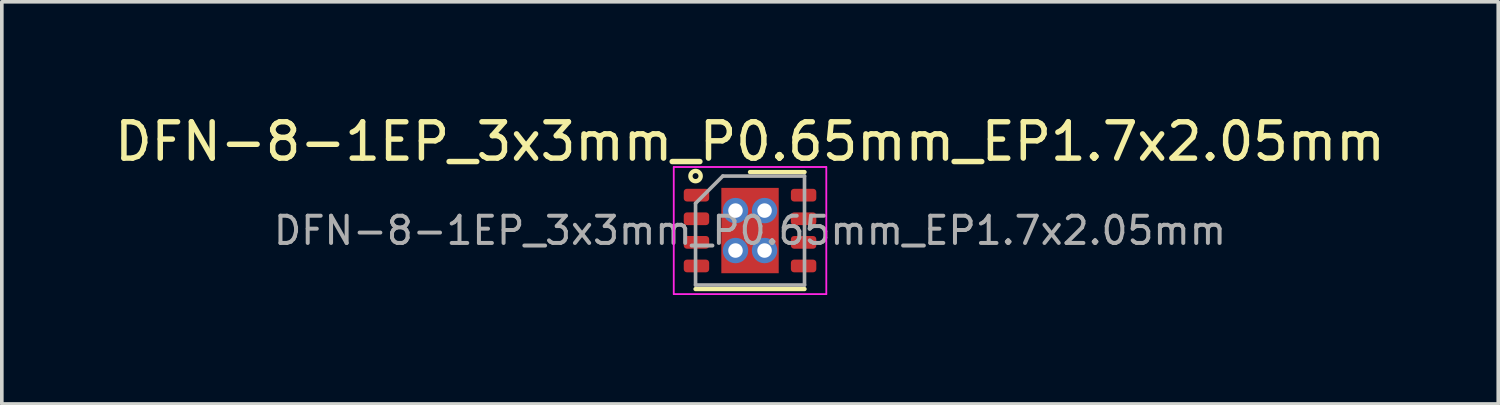
<source format=kicad_pcb>
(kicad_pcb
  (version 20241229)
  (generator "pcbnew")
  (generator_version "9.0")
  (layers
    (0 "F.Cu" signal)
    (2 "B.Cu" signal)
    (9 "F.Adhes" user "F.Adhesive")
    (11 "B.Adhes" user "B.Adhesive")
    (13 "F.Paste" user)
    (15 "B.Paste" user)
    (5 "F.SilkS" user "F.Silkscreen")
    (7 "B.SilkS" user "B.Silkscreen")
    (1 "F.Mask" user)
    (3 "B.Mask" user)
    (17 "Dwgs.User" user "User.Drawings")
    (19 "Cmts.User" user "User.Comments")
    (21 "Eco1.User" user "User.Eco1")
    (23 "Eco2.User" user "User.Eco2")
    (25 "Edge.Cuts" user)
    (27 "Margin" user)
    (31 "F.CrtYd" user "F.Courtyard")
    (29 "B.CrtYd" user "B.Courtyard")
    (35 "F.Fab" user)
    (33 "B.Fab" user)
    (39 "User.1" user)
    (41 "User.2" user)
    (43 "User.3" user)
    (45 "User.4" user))
  (footprint "DFN-8-1EP_3x3mm_P0.65mm_EP1.7x2.05mm"
    (layer "F.Cu")
    (at 17.601 3.298)
    (property "Reference" "DFN-8-1EP_3x3mm_P0.65mm_EP1.7x2.05mm" (at 0 -2.45 0) (layer "F.SilkS") (effects (font (size 1 1) (thickness 0.15))))
    (attr smd)
    (fp_line (start -1.5 1.61) (end 1.5 1.61) (stroke (width 0.12) (type solid)) (layer "F.SilkS"))
    (fp_line (start 0 -1.61) (end 1.5 -1.61) (stroke (width 0.12) (type solid)) (layer "F.SilkS"))
    (fp_circle (center -1.5 -1.5) (end -1.4 -1.4) (stroke (width 0.12) (type solid)) (fill no) (layer "F.SilkS"))
    (fp_line (start -2.1 -1.75) (end -2.1 1.75) (stroke (width 0.05) (type solid)) (layer "F.CrtYd"))
    (fp_line (start -2.1 1.75) (end 2.1 1.75) (stroke (width 0.05) (type solid)) (layer "F.CrtYd"))
    (fp_line (start 2.1 -1.75) (end -2.1 -1.75) (stroke (width 0.05) (type solid)) (layer "F.CrtYd"))
    (fp_line (start 2.1 1.75) (end 2.1 -1.75) (stroke (width 0.05) (type solid)) (layer "F.CrtYd"))
    (fp_line (start -1.5 -0.75) (end -0.75 -1.5) (stroke (width 0.1) (type solid)) (layer "F.Fab"))
    (fp_line (start -1.5 1.5) (end -1.5 -0.75) (stroke (width 0.1) (type solid)) (layer "F.Fab"))
    (fp_line (start -0.75 -1.5) (end 1.5 -1.5) (stroke (width 0.1) (type solid)) (layer "F.Fab"))
    (fp_line (start 1.5 -1.5) (end 1.5 1.5) (stroke (width 0.1) (type solid)) (layer "F.Fab"))
    (fp_line (start 1.5 1.5) (end -1.5 1.5) (stroke (width 0.1) (type solid)) (layer "F.Fab"))
    (fp_text user "${REFERENCE}" (at 0 0 0) (layer "F.Fab") (effects (font (size 0.75 0.75) (thickness 0.11))))
    (pad "" smd roundrect (at -0.425 -0.51) (size 0.69 0.83) (layers "F.Paste") (roundrect_rratio 0.25))
    (pad "" smd roundrect (at -0.425 0.51) (size 0.69 0.83) (layers "F.Paste") (roundrect_rratio 0.25))
    (pad "" smd roundrect (at 0.425 -0.51) (size 0.69 0.83) (layers "F.Paste") (roundrect_rratio 0.25))
    (pad "" smd roundrect (at 0.425 0.51) (size 0.69 0.83) (layers "F.Paste") (roundrect_rratio 0.25))
    (pad "1" smd roundrect (at -1.475 -0.975) (size 0.7 0.35) (layers "F.Cu" "F.Mask" "F.Paste") (roundrect_rratio 0.25))
    (pad "2" smd roundrect (at -1.475 -0.325) (size 0.7 0.35) (layers "F.Cu" "F.Mask" "F.Paste") (roundrect_rratio 0.25))
    (pad "3" smd roundrect (at -1.475 0.325) (size 0.7 0.35) (layers "F.Cu" "F.Mask" "F.Paste") (roundrect_rratio 0.25))
    (pad "4" smd roundrect (at -1.475 0.975) (size 0.7 0.35) (layers "F.Cu" "F.Mask" "F.Paste") (roundrect_rratio 0.25))
    (pad "5" smd roundrect (at 1.475 0.975) (size 0.7 0.35) (layers "F.Cu" "F.Mask" "F.Paste") (roundrect_rratio 0.25))
    (pad "6" smd roundrect (at 1.475 0.325) (size 0.7 0.35) (layers "F.Cu" "F.Mask" "F.Paste") (roundrect_rratio 0.25))
    (pad "7" smd roundrect (at 1.475 -0.325) (size 0.7 0.35) (layers "F.Cu" "F.Mask" "F.Paste") (roundrect_rratio 0.25))
    (pad "8" smd roundrect (at 1.475 -0.975) (size 0.7 0.35) (layers "F.Cu" "F.Mask" "F.Paste") (roundrect_rratio 0.25))
    (pad "9" thru_hole circle (at -0.4 -0.55) (size 0.7 0.7) (drill 0.4) (layers "*.Cu" "*.Mask"))
    (pad "9" thru_hole circle (at -0.4 0.55) (size 0.7 0.7) (drill 0.4) (layers "*.Cu" "*.Mask"))
    (pad "9" smd rect (at 0 0) (size 1.58 2.35) (layers "F.Cu" "F.Mask"))
    (pad "9" thru_hole circle (at 0.4 -0.55) (size 0.7 0.7) (drill 0.4) (layers "*.Cu" "*.Mask"))
    (pad "9" thru_hole circle (at 0.4 0.55) (size 0.7 0.7) (drill 0.4) (layers "*.Cu" "*.Mask")))
  (gr_rect
    (start -3 -3)
    (end 38.202 8.073)
    (stroke (width 0.1) (type default))
    (fill no)
    (layer "Edge.Cuts")))
</source>
